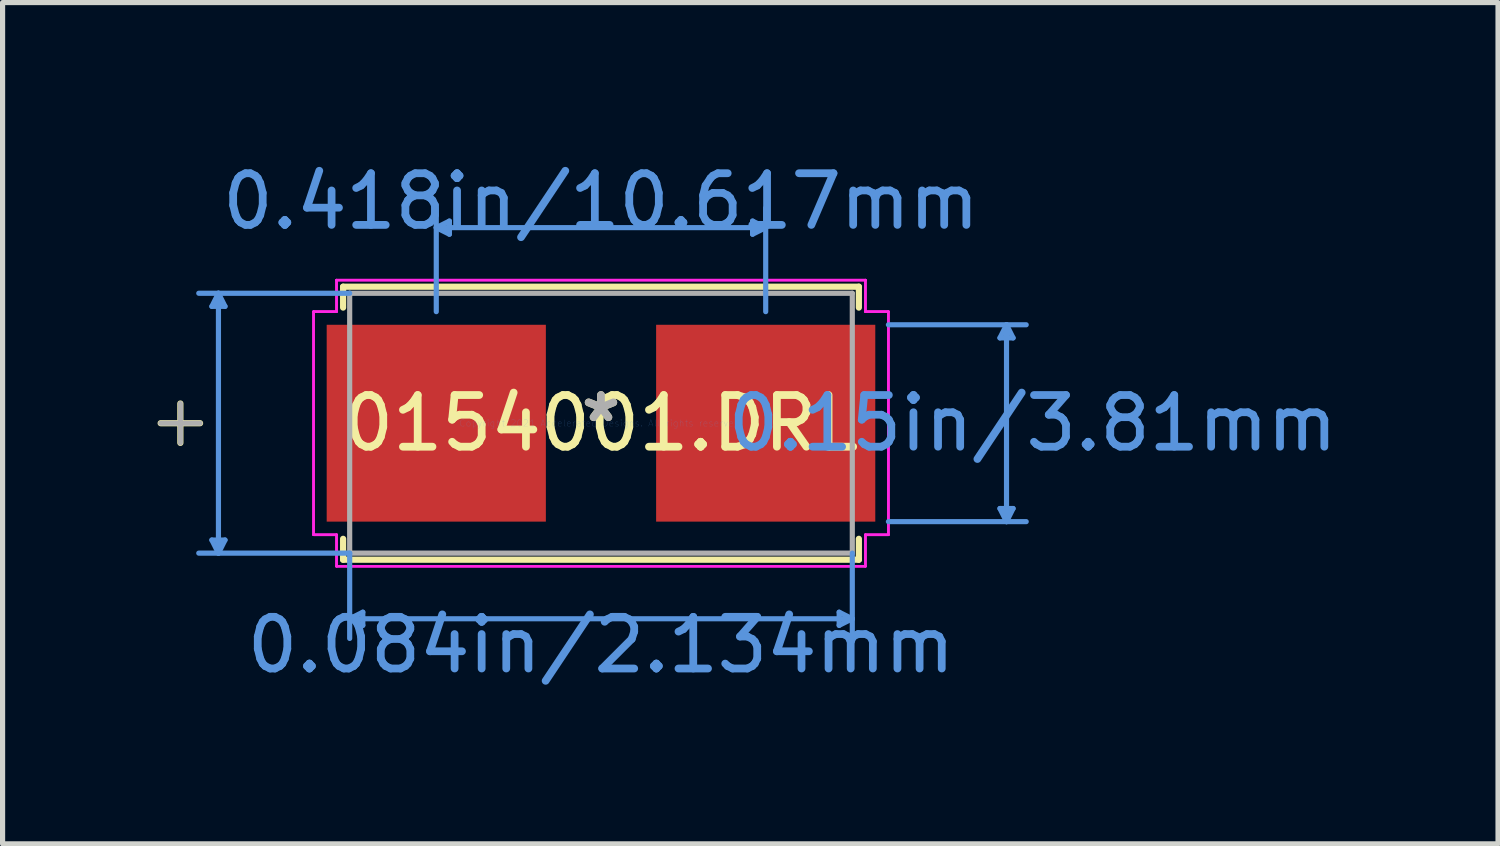
<source format=kicad_pcb>
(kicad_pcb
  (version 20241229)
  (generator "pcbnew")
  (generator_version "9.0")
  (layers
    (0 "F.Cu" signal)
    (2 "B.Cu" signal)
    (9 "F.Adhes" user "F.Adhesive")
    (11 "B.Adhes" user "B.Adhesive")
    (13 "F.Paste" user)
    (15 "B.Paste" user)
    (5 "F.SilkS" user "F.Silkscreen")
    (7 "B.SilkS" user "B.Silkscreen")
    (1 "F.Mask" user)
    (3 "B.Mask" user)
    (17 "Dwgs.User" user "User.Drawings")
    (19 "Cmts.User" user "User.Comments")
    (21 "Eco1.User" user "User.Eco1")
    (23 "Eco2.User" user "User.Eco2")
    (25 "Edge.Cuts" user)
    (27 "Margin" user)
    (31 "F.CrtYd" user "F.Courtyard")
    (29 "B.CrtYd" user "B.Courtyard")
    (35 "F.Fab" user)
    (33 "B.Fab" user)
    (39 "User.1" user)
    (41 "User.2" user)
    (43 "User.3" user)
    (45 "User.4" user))
  (footprint "0154001.DRL"
    (layer "F.Cu")
    (at 8.582 5.141)
    (property "Reference" "0154001.DRL" (at 0 0 0) (layer "F.SilkS") (effects (font (size 1 1) (thickness 0.15))))
    (attr through_hole)
    (fp_line (start -8.141 -0.381) (end -8.141 0.381) (stroke (width 0.12) (type solid)) (layer "F.SilkS"))
    (fp_line (start -7.76 0) (end -8.522 0) (stroke (width 0.12) (type solid)) (layer "F.SilkS"))
    (fp_line (start -4.991 -2.642) (end -4.991 -2.238) (stroke (width 0.12) (type solid)) (layer "F.SilkS"))
    (fp_line (start -4.991 2.238) (end -4.991 2.642) (stroke (width 0.12) (type solid)) (layer "F.SilkS"))
    (fp_line (start -4.991 2.642) (end 4.991 2.642) (stroke (width 0.12) (type solid)) (layer "F.SilkS"))
    (fp_line (start 4.991 -2.642) (end -4.991 -2.642) (stroke (width 0.12) (type solid)) (layer "F.SilkS"))
    (fp_line (start 4.991 -2.238) (end 4.991 -2.642) (stroke (width 0.12) (type solid)) (layer "F.SilkS"))
    (fp_line (start 4.991 2.642) (end 4.991 2.238) (stroke (width 0.12) (type solid)) (layer "F.SilkS"))
    (fp_line (start -7.531 -2.261) (end -7.277 -2.261) (stroke (width 0.1) (type solid)) (layer "Cmts.User"))
    (fp_line (start -7.531 2.261) (end -7.277 2.261) (stroke (width 0.1) (type solid)) (layer "Cmts.User"))
    (fp_line (start -7.404 -2.515) (end -7.531 -2.261) (stroke (width 0.1) (type solid)) (layer "Cmts.User"))
    (fp_line (start -7.404 -2.515) (end -7.404 2.515) (stroke (width 0.1) (type solid)) (layer "Cmts.User"))
    (fp_line (start -7.404 -2.515) (end -7.277 -2.261) (stroke (width 0.1) (type solid)) (layer "Cmts.User"))
    (fp_line (start -7.404 2.515) (end -7.531 2.261) (stroke (width 0.1) (type solid)) (layer "Cmts.User"))
    (fp_line (start -7.404 2.515) (end -7.277 2.261) (stroke (width 0.1) (type solid)) (layer "Cmts.User"))
    (fp_line (start -4.864 -2.515) (end -7.785 -2.515) (stroke (width 0.1) (type solid)) (layer "Cmts.User"))
    (fp_line (start -4.864 2.515) (end -7.785 2.515) (stroke (width 0.1) (type solid)) (layer "Cmts.User"))
    (fp_line (start -4.864 2.515) (end -4.864 4.166) (stroke (width 0.1) (type solid)) (layer "Cmts.User"))
    (fp_line (start -4.864 3.785) (end -4.61 3.658) (stroke (width 0.1) (type solid)) (layer "Cmts.User"))
    (fp_line (start -4.864 3.785) (end -4.61 3.912) (stroke (width 0.1) (type solid)) (layer "Cmts.User"))
    (fp_line (start -4.864 3.785) (end 4.864 3.785) (stroke (width 0.1) (type solid)) (layer "Cmts.User"))
    (fp_line (start -4.61 3.658) (end -4.61 3.912) (stroke (width 0.1) (type solid)) (layer "Cmts.User"))
    (fp_line (start -3.188 -3.785) (end -2.934 -3.912) (stroke (width 0.1) (type solid)) (layer "Cmts.User"))
    (fp_line (start -3.188 -3.785) (end -2.934 -3.658) (stroke (width 0.1) (type solid)) (layer "Cmts.User"))
    (fp_line (start -3.188 -3.785) (end 3.188 -3.785) (stroke (width 0.1) (type solid)) (layer "Cmts.User"))
    (fp_line (start -3.188 -2.159) (end -3.188 -4.166) (stroke (width 0.1) (type solid)) (layer "Cmts.User"))
    (fp_line (start -2.934 -3.912) (end -2.934 -3.658) (stroke (width 0.1) (type solid)) (layer "Cmts.User"))
    (fp_line (start 2.934 -3.912) (end 2.934 -3.658) (stroke (width 0.1) (type solid)) (layer "Cmts.User"))
    (fp_line (start 3.188 -3.785) (end 2.934 -3.912) (stroke (width 0.1) (type solid)) (layer "Cmts.User"))
    (fp_line (start 3.188 -3.785) (end 2.934 -3.658) (stroke (width 0.1) (type solid)) (layer "Cmts.User"))
    (fp_line (start 3.188 -2.159) (end 3.188 -4.166) (stroke (width 0.1) (type solid)) (layer "Cmts.User"))
    (fp_line (start 4.61 3.658) (end 4.61 3.912) (stroke (width 0.1) (type solid)) (layer "Cmts.User"))
    (fp_line (start 4.864 2.515) (end 4.864 4.166) (stroke (width 0.1) (type solid)) (layer "Cmts.User"))
    (fp_line (start 4.864 3.785) (end 4.61 3.658) (stroke (width 0.1) (type solid)) (layer "Cmts.User"))
    (fp_line (start 4.864 3.785) (end 4.61 3.912) (stroke (width 0.1) (type solid)) (layer "Cmts.User"))
    (fp_line (start 5.563 -1.905) (end 8.23 -1.905) (stroke (width 0.1) (type solid)) (layer "Cmts.User"))
    (fp_line (start 5.563 1.905) (end 8.23 1.905) (stroke (width 0.1) (type solid)) (layer "Cmts.User"))
    (fp_line (start 7.722 -1.651) (end 7.976 -1.651) (stroke (width 0.1) (type solid)) (layer "Cmts.User"))
    (fp_line (start 7.722 1.651) (end 7.976 1.651) (stroke (width 0.1) (type solid)) (layer "Cmts.User"))
    (fp_line (start 7.849 -1.905) (end 7.722 -1.651) (stroke (width 0.1) (type solid)) (layer "Cmts.User"))
    (fp_line (start 7.849 -1.905) (end 7.849 1.905) (stroke (width 0.1) (type solid)) (layer "Cmts.User"))
    (fp_line (start 7.849 -1.905) (end 7.976 -1.651) (stroke (width 0.1) (type solid)) (layer "Cmts.User"))
    (fp_line (start 7.849 1.905) (end 7.722 1.651) (stroke (width 0.1) (type solid)) (layer "Cmts.User"))
    (fp_line (start 7.849 1.905) (end 7.976 1.651) (stroke (width 0.1) (type solid)) (layer "Cmts.User"))
    (fp_line (start -5.563 -2.159) (end -5.118 -2.159) (stroke (width 0.05) (type solid)) (layer "F.CrtYd"))
    (fp_line (start -5.563 -2.159) (end -5.118 -2.159) (stroke (width 0.05) (type solid)) (layer "F.CrtYd"))
    (fp_line (start -5.563 2.159) (end -5.563 -2.159) (stroke (width 0.05) (type solid)) (layer "F.CrtYd"))
    (fp_line (start -5.563 2.159) (end -5.563 -2.159) (stroke (width 0.05) (type solid)) (layer "F.CrtYd"))
    (fp_line (start -5.118 -2.769) (end 5.118 -2.769) (stroke (width 0.05) (type solid)) (layer "F.CrtYd"))
    (fp_line (start -5.118 -2.769) (end 5.118 -2.769) (stroke (width 0.05) (type solid)) (layer "F.CrtYd"))
    (fp_line (start -5.118 -2.159) (end -5.118 -2.769) (stroke (width 0.05) (type solid)) (layer "F.CrtYd"))
    (fp_line (start -5.118 -2.159) (end -5.118 -2.769) (stroke (width 0.05) (type solid)) (layer "F.CrtYd"))
    (fp_line (start -5.118 2.159) (end -5.563 2.159) (stroke (width 0.05) (type solid)) (layer "F.CrtYd"))
    (fp_line (start -5.118 2.159) (end -5.563 2.159) (stroke (width 0.05) (type solid)) (layer "F.CrtYd"))
    (fp_line (start -5.118 2.769) (end -5.118 2.159) (stroke (width 0.05) (type solid)) (layer "F.CrtYd"))
    (fp_line (start -5.118 2.769) (end -5.118 2.159) (stroke (width 0.05) (type solid)) (layer "F.CrtYd"))
    (fp_line (start 5.118 -2.769) (end 5.118 -2.159) (stroke (width 0.05) (type solid)) (layer "F.CrtYd"))
    (fp_line (start 5.118 -2.769) (end 5.118 -2.159) (stroke (width 0.05) (type solid)) (layer "F.CrtYd"))
    (fp_line (start 5.118 -2.159) (end 5.563 -2.159) (stroke (width 0.05) (type solid)) (layer "F.CrtYd"))
    (fp_line (start 5.118 -2.159) (end 5.563 -2.159) (stroke (width 0.05) (type solid)) (layer "F.CrtYd"))
    (fp_line (start 5.118 2.159) (end 5.118 2.769) (stroke (width 0.05) (type solid)) (layer "F.CrtYd"))
    (fp_line (start 5.118 2.159) (end 5.118 2.769) (stroke (width 0.05) (type solid)) (layer "F.CrtYd"))
    (fp_line (start 5.118 2.769) (end -5.118 2.769) (stroke (width 0.05) (type solid)) (layer "F.CrtYd"))
    (fp_line (start 5.118 2.769) (end -5.118 2.769) (stroke (width 0.05) (type solid)) (layer "F.CrtYd"))
    (fp_line (start 5.563 -2.159) (end 5.563 2.159) (stroke (width 0.05) (type solid)) (layer "F.CrtYd"))
    (fp_line (start 5.563 -2.159) (end 5.563 2.159) (stroke (width 0.05) (type solid)) (layer "F.CrtYd"))
    (fp_line (start 5.563 2.159) (end 5.118 2.159) (stroke (width 0.05) (type solid)) (layer "F.CrtYd"))
    (fp_line (start 5.563 2.159) (end 5.118 2.159) (stroke (width 0.05) (type solid)) (layer "F.CrtYd"))
    (fp_line (start -8.141 -0.381) (end -8.141 0.381) (stroke (width 0.1) (type solid)) (layer "F.Fab"))
    (fp_line (start -7.76 0) (end -8.522 0) (stroke (width 0.1) (type solid)) (layer "F.Fab"))
    (fp_line (start -4.864 -2.515) (end -4.864 2.515) (stroke (width 0.1) (type solid)) (layer "F.Fab"))
    (fp_line (start -4.864 2.515) (end 4.864 2.515) (stroke (width 0.1) (type solid)) (layer "F.Fab"))
    (fp_line (start 4.864 -2.515) (end -4.864 -2.515) (stroke (width 0.1) (type solid)) (layer "F.Fab"))
    (fp_line (start 4.864 2.515) (end 4.864 -2.515) (stroke (width 0.1) (type solid)) (layer "F.Fab"))
    (fp_text user "*" (at 0 0 0) (layer "F.SilkS") (effects (font (size 1 1) (thickness 0.15))))
    (fp_text user "0.084in/2.134mm" (at 0 4.293 0) (layer "Cmts.User") (effects (font (size 1 1) (thickness 0.15))))
    (fp_text user "0.15in/3.81mm" (at 8.357 0 0) (layer "Cmts.User") (effects (font (size 1 1) (thickness 0.15))))
    (fp_text user "0.418in/10.617mm" (at 0 -4.293 0) (layer "Cmts.User") (effects (font (size 1 1) (thickness 0.15))))
    (fp_text user "Copyright 2021 Accelerated Designs. All rights reserved." (at 0 0 0) (layer "Cmts.User") (effects (font (size 0.127 0.127) (thickness 0.002))))
    (fp_text user "*" (at 0 0 0) (layer "F.Fab") (effects (font (size 1 1) (thickness 0.15))))
    (pad "1" smd rect (at -3.188 0) (size 4.242 3.81) (layers "F.Cu" "F.Mask" "F.Paste"))
    (pad "2" smd rect (at 3.188 0) (size 4.242 3.81) (layers "F.Cu" "F.Mask" "F.Paste")))
  (gr_rect
    (start -3 -3)
    (end 25.944 13.282)
    (stroke (width 0.1) (type default))
    (fill no)
    (layer "Edge.Cuts")))
</source>
